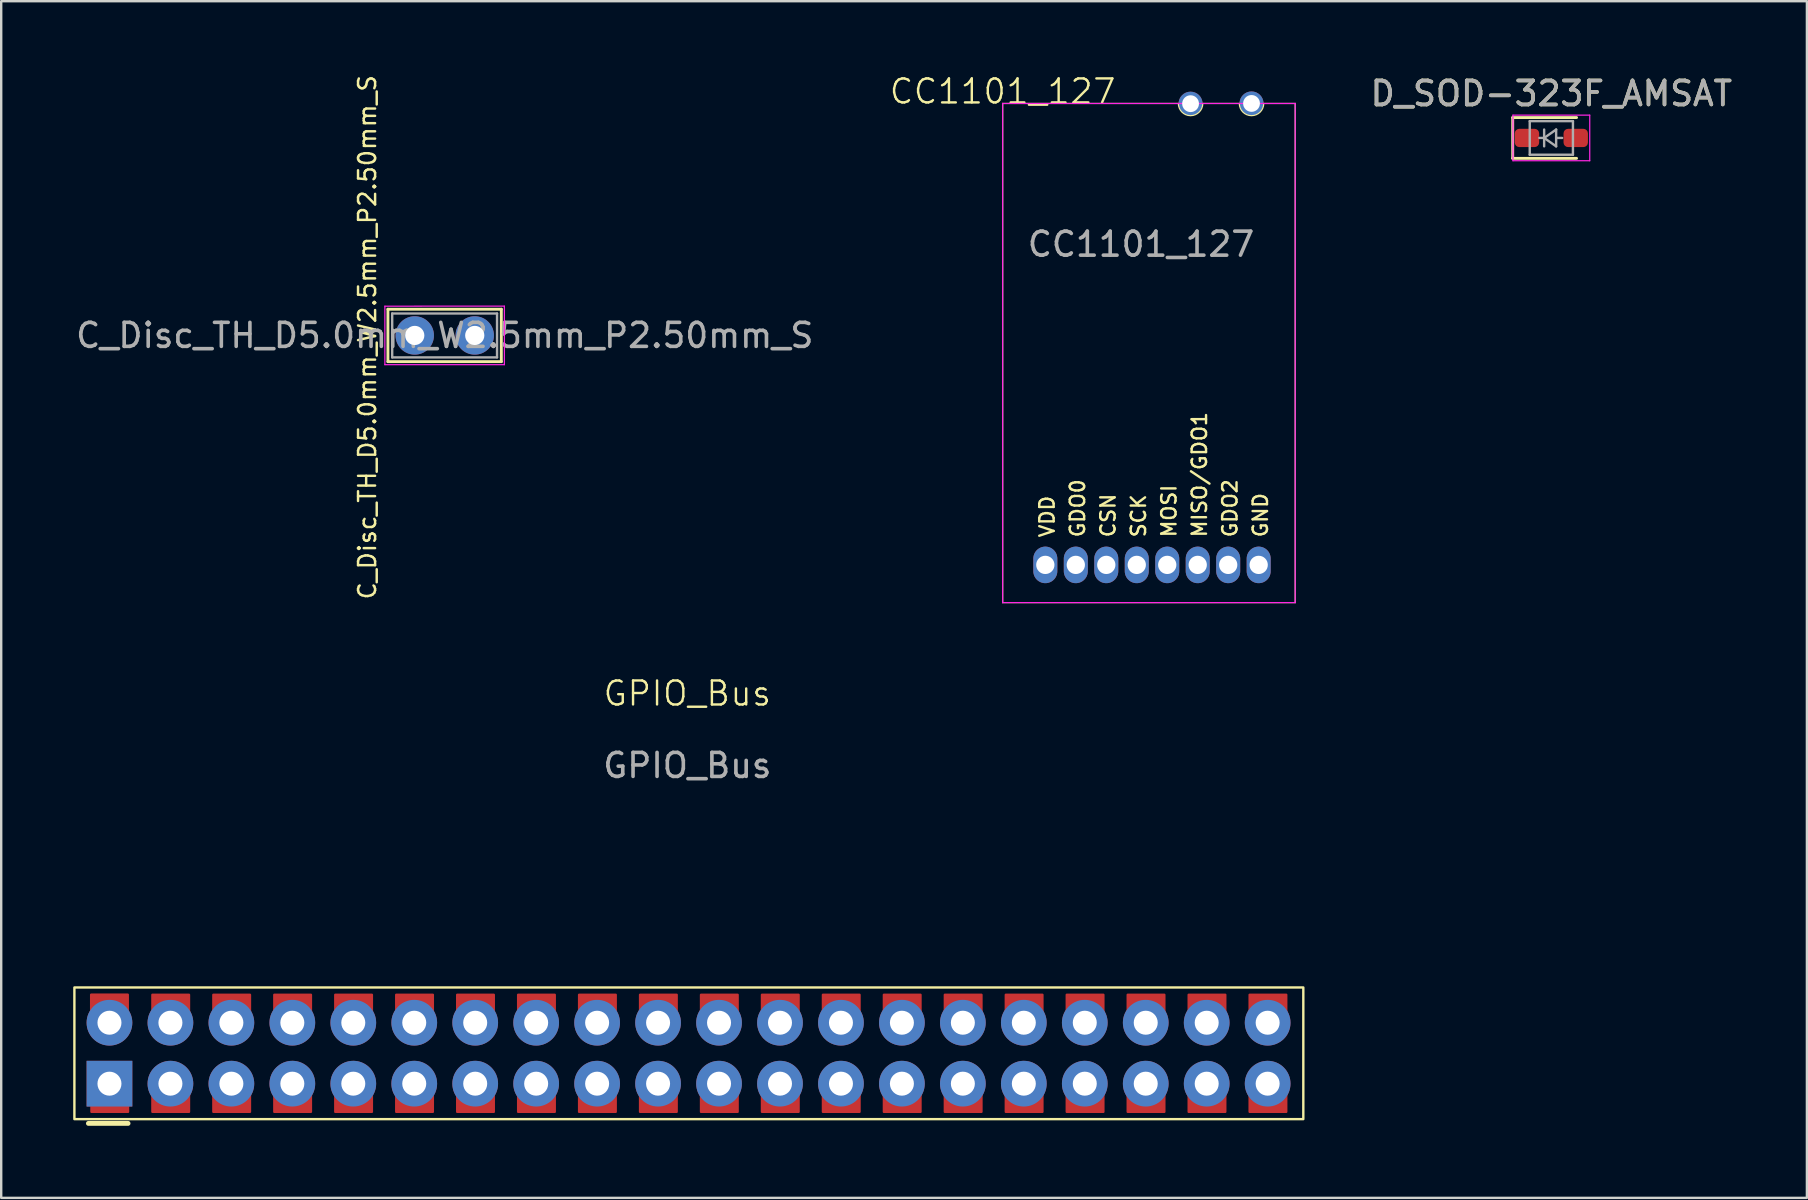
<source format=kicad_pcb>
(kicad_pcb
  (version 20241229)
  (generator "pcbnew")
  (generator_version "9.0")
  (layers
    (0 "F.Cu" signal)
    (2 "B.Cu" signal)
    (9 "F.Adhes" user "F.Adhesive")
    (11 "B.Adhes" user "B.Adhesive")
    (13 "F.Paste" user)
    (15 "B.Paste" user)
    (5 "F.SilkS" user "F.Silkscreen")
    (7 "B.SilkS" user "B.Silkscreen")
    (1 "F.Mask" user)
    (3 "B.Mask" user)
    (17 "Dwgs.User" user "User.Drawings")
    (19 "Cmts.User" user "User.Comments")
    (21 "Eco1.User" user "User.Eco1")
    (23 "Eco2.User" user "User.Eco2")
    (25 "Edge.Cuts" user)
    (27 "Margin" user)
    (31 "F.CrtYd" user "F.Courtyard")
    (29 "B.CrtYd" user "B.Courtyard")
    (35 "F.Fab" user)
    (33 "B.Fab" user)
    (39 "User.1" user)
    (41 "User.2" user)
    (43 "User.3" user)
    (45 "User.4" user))
  (footprint "CC1101_127"
    (layer "F.Cu")
    (at 38.729 1.26)
    (property "Reference" "CC1101_127" (at 0 -0.5 0) (unlocked yes) (layer "F.SilkS") (effects (font (size 1 1) (thickness 0.1))))
    (attr through_hole)
    (fp_line (start 0 0) (end 7.32 0) (stroke (width 0.05) (type default)) (layer "F.SilkS"))
    (fp_line (start 0 20.8) (end 0 0) (stroke (width 0.05) (type default)) (layer "F.SilkS"))
    (fp_line (start 8.34 0) (end 9.86 0) (stroke (width 0.05) (type default)) (layer "F.SilkS"))
    (fp_line (start 10.88 0) (end 12.19 0) (stroke (width 0.05) (type default)) (layer "F.SilkS"))
    (fp_line (start 12.19 0) (end 12.19 20.8) (stroke (width 0.05) (type default)) (layer "F.SilkS"))
    (fp_line (start 12.19 20.8) (end 0 20.8) (stroke (width 0.05) (type default)) (layer "F.SilkS"))
    (fp_arc (start 8.34 0) (mid 7.83 0.51) (end 7.32 0) (stroke (width 0.05) (type default)) (layer "F.SilkS"))
    (fp_arc (start 10.88 0) (mid 10.37 0.51) (end 9.86 0) (stroke (width 0.05) (type default)) (layer "F.SilkS"))
    (fp_line (start 0 0) (end 0 20.8) (stroke (width 0.05) (type default)) (layer "F.CrtYd"))
    (fp_line (start 0 0) (end 12.19 0) (stroke (width 0.05) (type default)) (layer "F.CrtYd"))
    (fp_line (start 0 20.8) (end 12.19 20.8) (stroke (width 0.05) (type default)) (layer "F.CrtYd"))
    (fp_line (start 12.19 0) (end 12.19 20.8) (stroke (width 0.05) (type default)) (layer "F.CrtYd"))
    (fp_text user "VDD" (at 2.203 18.136 90) (unlocked yes) (layer "F.SilkS") (effects (font (size 0.6 0.6) (thickness 0.1)) (justify left bottom)))
    (fp_text user "SCK" (at 6.013 18.136 90) (unlocked yes) (layer "F.SilkS") (effects (font (size 0.6 0.6) (thickness 0.1)) (justify left bottom)))
    (fp_text user "MOSI" (at 7.283 18.136 90) (unlocked yes) (layer "F.SilkS") (effects (font (size 0.6 0.6) (thickness 0.1)) (justify left bottom)))
    (fp_text user "GDO0" (at 3.473 18.136 90) (unlocked yes) (layer "F.SilkS") (effects (font (size 0.6 0.6) (thickness 0.1)) (justify left bottom)))
    (fp_text user "GND" (at 11.093 18.136 90) (unlocked yes) (layer "F.SilkS") (effects (font (size 0.6 0.6) (thickness 0.1)) (justify left bottom)))
    (fp_text user "MISO/GDO1" (at 8.553 18.136 90) (unlocked yes) (layer "F.SilkS") (effects (font (size 0.6 0.6) (thickness 0.1)) (justify left bottom)))
    (fp_text user "CSN" (at 4.743 18.136 90) (unlocked yes) (layer "F.SilkS") (effects (font (size 0.6 0.6) (thickness 0.1)) (justify left bottom)))
    (fp_text user "GDO2" (at 9.823 18.136 90) (unlocked yes) (layer "F.SilkS") (effects (font (size 0.6 0.6) (thickness 0.1)) (justify left bottom)))
    (fp_text user "${REFERENCE}" (at 5.766 5.867 0) (unlocked yes) (layer "F.Fab") (effects (font (size 1 1) (thickness 0.15))))
    (pad "1" thru_hole oval (at 1.778 19.228) (size 1 1.524) (drill 0.762) (layers "*.Cu" "*.Mask"))
    (pad "2" thru_hole oval (at 3.048 19.228) (size 1 1.524) (drill 0.762) (layers "*.Cu" "*.Mask"))
    (pad "3" thru_hole oval (at 4.318 19.228) (size 1 1.524) (drill 0.762) (layers "*.Cu" "*.Mask"))
    (pad "4" thru_hole oval (at 5.588 19.228) (size 1 1.524) (drill 0.762) (layers "*.Cu" "*.Mask"))
    (pad "5" thru_hole oval (at 6.858 19.228) (size 1 1.524) (drill 0.762) (layers "*.Cu" "*.Mask"))
    (pad "6" thru_hole oval (at 8.128 19.228) (size 1 1.524) (drill 0.762) (layers "*.Cu" "*.Mask"))
    (pad "7" thru_hole oval (at 9.398 19.228) (size 1 1.524) (drill 0.762) (layers "*.Cu" "*.Mask"))
    (pad "8" thru_hole oval (at 10.668 19.228) (size 1 1.524) (drill 0.762) (layers "*.Cu" "*.Mask"))
    (pad "10" thru_hole circle (at 7.83 0.01) (size 1 1) (drill 0.7) (layers "*.Cu" "*.Mask"))
    (pad "10" thru_hole circle (at 10.37 0) (size 1 1) (drill 0.7) (layers "*.Cu" "*.Mask")))
  (footprint "GPIO_Bus"
    (layer "F.Cu")
    (at 25.641 40.835)
    (property "Reference" "GPIO_Bus" (at -0.051 -14.989 0) (unlocked yes) (layer "F.SilkS") (effects (font (size 1 1) (thickness 0.1))))
    (attr through_hole)
    (fp_rect (start -24.892 -2.438) (end -23.368 -1.727) (stroke (width 0.1) (type solid)) (fill yes) (layer "F.Cu"))
    (fp_rect (start -23.356 2.443) (end -24.88 1.732) (stroke (width 0.1) (type solid)) (fill yes) (layer "F.Cu"))
    (fp_rect (start -22.34 -2.434) (end -20.816 -1.723) (stroke (width 0.1) (type solid)) (fill yes) (layer "F.Cu"))
    (fp_rect (start -20.816 2.443) (end -22.34 1.732) (stroke (width 0.1) (type solid)) (fill yes) (layer "F.Cu"))
    (fp_rect (start -19.8 -2.434) (end -18.276 -1.723) (stroke (width 0.1) (type solid)) (fill yes) (layer "F.Cu"))
    (fp_rect (start -18.276 2.443) (end -19.8 1.732) (stroke (width 0.1) (type solid)) (fill yes) (layer "F.Cu"))
    (fp_rect (start -17.26 -2.434) (end -15.736 -1.723) (stroke (width 0.1) (type solid)) (fill yes) (layer "F.Cu"))
    (fp_rect (start -15.736 2.443) (end -17.26 1.732) (stroke (width 0.1) (type solid)) (fill yes) (layer "F.Cu"))
    (fp_rect (start -14.72 -2.434) (end -13.196 -1.723) (stroke (width 0.1) (type solid)) (fill yes) (layer "F.Cu"))
    (fp_rect (start -13.196 2.443) (end -14.72 1.732) (stroke (width 0.1) (type solid)) (fill yes) (layer "F.Cu"))
    (fp_rect (start -12.18 -2.434) (end -10.656 -1.723) (stroke (width 0.1) (type solid)) (fill yes) (layer "F.Cu"))
    (fp_rect (start -10.656 2.443) (end -12.18 1.732) (stroke (width 0.1) (type solid)) (fill yes) (layer "F.Cu"))
    (fp_rect (start -9.64 -2.434) (end -8.116 -1.723) (stroke (width 0.1) (type solid)) (fill yes) (layer "F.Cu"))
    (fp_rect (start -8.116 2.443) (end -9.64 1.732) (stroke (width 0.1) (type solid)) (fill yes) (layer "F.Cu"))
    (fp_rect (start -7.1 -2.434) (end -5.576 -1.723) (stroke (width 0.1) (type solid)) (fill yes) (layer "F.Cu"))
    (fp_rect (start -5.576 2.443) (end -7.1 1.732) (stroke (width 0.1) (type solid)) (fill yes) (layer "F.Cu"))
    (fp_rect (start -4.56 -2.434) (end -3.036 -1.723) (stroke (width 0.1) (type solid)) (fill yes) (layer "F.Cu"))
    (fp_rect (start -3.036 2.443) (end -4.56 1.732) (stroke (width 0.1) (type solid)) (fill yes) (layer "F.Cu"))
    (fp_rect (start -2.02 -2.434) (end -0.496 -1.723) (stroke (width 0.1) (type solid)) (fill yes) (layer "F.Cu"))
    (fp_rect (start -0.496 2.443) (end -2.02 1.732) (stroke (width 0.1) (type solid)) (fill yes) (layer "F.Cu"))
    (fp_rect (start 0.52 -2.434) (end 2.044 -1.723) (stroke (width 0.1) (type solid)) (fill yes) (layer "F.Cu"))
    (fp_rect (start 2.044 2.443) (end 0.52 1.732) (stroke (width 0.1) (type solid)) (fill yes) (layer "F.Cu"))
    (fp_rect (start 3.06 -2.434) (end 4.584 -1.723) (stroke (width 0.1) (type solid)) (fill yes) (layer "F.Cu"))
    (fp_rect (start 4.584 2.443) (end 3.06 1.732) (stroke (width 0.1) (type solid)) (fill yes) (layer "F.Cu"))
    (fp_rect (start 5.6 -2.434) (end 7.124 -1.723) (stroke (width 0.1) (type solid)) (fill yes) (layer "F.Cu"))
    (fp_rect (start 7.124 2.443) (end 5.6 1.732) (stroke (width 0.1) (type solid)) (fill yes) (layer "F.Cu"))
    (fp_rect (start 8.14 -2.434) (end 9.664 -1.723) (stroke (width 0.1) (type solid)) (fill yes) (layer "F.Cu"))
    (fp_rect (start 9.664 2.443) (end 8.14 1.732) (stroke (width 0.1) (type solid)) (fill yes) (layer "F.Cu"))
    (fp_rect (start 10.68 -2.434) (end 12.204 -1.723) (stroke (width 0.1) (type solid)) (fill yes) (layer "F.Cu"))
    (fp_rect (start 12.204 2.443) (end 10.68 1.732) (stroke (width 0.1) (type solid)) (fill yes) (layer "F.Cu"))
    (fp_rect (start 13.22 -2.434) (end 14.744 -1.723) (stroke (width 0.1) (type solid)) (fill yes) (layer "F.Cu"))
    (fp_rect (start 14.744 2.443) (end 13.22 1.732) (stroke (width 0.1) (type solid)) (fill yes) (layer "F.Cu"))
    (fp_rect (start 15.76 -2.434) (end 17.284 -1.723) (stroke (width 0.1) (type solid)) (fill yes) (layer "F.Cu"))
    (fp_rect (start 17.284 2.443) (end 15.76 1.732) (stroke (width 0.1) (type solid)) (fill yes) (layer "F.Cu"))
    (fp_rect (start 18.3 -2.434) (end 19.824 -1.723) (stroke (width 0.1) (type solid)) (fill yes) (layer "F.Cu"))
    (fp_rect (start 19.824 2.443) (end 18.3 1.732) (stroke (width 0.1) (type solid)) (fill yes) (layer "F.Cu"))
    (fp_rect (start 20.84 -2.434) (end 22.364 -1.723) (stroke (width 0.1) (type solid)) (fill yes) (layer "F.Cu"))
    (fp_rect (start 22.364 2.443) (end 20.84 1.732) (stroke (width 0.1) (type solid)) (fill yes) (layer "F.Cu"))
    (fp_rect (start 23.38 -2.434) (end 24.904 -1.723) (stroke (width 0.1) (type solid)) (fill yes) (layer "F.Cu"))
    (fp_rect (start 24.904 2.443) (end 23.38 1.732) (stroke (width 0.1) (type solid)) (fill yes) (layer "F.Cu"))
    (fp_line (start -23.356 2.925) (end -25.007 2.925) (stroke (width 0.203) (type solid)) (layer "F.SilkS"))
    (fp_rect (start -25.591 -2.739) (end 25.616 2.748) (stroke (width 0.1) (type default)) (fill no) (layer "F.SilkS"))
    (fp_text user "${REFERENCE}" (at -0.051 -11.989 0) (unlocked yes) (layer "F.Fab") (effects (font (size 1 1) (thickness 0.15))))
    (pad "1" thru_hole rect (at -24.13 1.27 180) (size 1.905 1.905) (drill 1) (layers "*.Cu" "*.Mask"))
    (pad "2" thru_hole circle (at -24.13 -1.27) (size 1.905 1.905) (drill 1) (layers "*.Cu" "*.Mask"))
    (pad "3" thru_hole circle (at -21.59 1.27 180) (size 1.905 1.905) (drill 1) (layers "*.Cu" "*.Mask"))
    (pad "4" thru_hole circle (at -21.59 -1.27) (size 1.905 1.905) (drill 1) (layers "*.Cu" "*.Mask"))
    (pad "5" thru_hole circle (at -19.05 1.27 180) (size 1.905 1.905) (drill 1) (layers "*.Cu" "*.Mask"))
    (pad "6" thru_hole circle (at -19.05 -1.27) (size 1.905 1.905) (drill 1) (layers "*.Cu" "*.Mask"))
    (pad "7" thru_hole circle (at -16.51 1.27 180) (size 1.905 1.905) (drill 1) (layers "*.Cu" "*.Mask"))
    (pad "8" thru_hole circle (at -16.51 -1.27) (size 1.905 1.905) (drill 1) (layers "*.Cu" "*.Mask"))
    (pad "9" thru_hole circle (at -13.97 1.27 180) (size 1.905 1.905) (drill 1) (layers "*.Cu" "*.Mask"))
    (pad "10" thru_hole circle (at -13.97 -1.27) (size 1.905 1.905) (drill 1) (layers "*.Cu" "*.Mask"))
    (pad "11" thru_hole circle (at -11.43 1.27 180) (size 1.905 1.905) (drill 1) (layers "*.Cu" "*.Mask"))
    (pad "12" thru_hole circle (at -11.43 -1.27) (size 1.905 1.905) (drill 1) (layers "*.Cu" "*.Mask"))
    (pad "13" thru_hole circle (at -8.89 1.27 180) (size 1.905 1.905) (drill 1) (layers "*.Cu" "*.Mask"))
    (pad "14" thru_hole circle (at -8.89 -1.27) (size 1.905 1.905) (drill 1) (layers "*.Cu" "*.Mask"))
    (pad "15" thru_hole circle (at -6.35 1.27 180) (size 1.905 1.905) (drill 1) (layers "*.Cu" "*.Mask"))
    (pad "16" thru_hole circle (at -6.35 -1.27) (size 1.905 1.905) (drill 1) (layers "*.Cu" "*.Mask"))
    (pad "17" thru_hole circle (at -3.81 1.27 180) (size 1.905 1.905) (drill 1) (layers "*.Cu" "*.Mask"))
    (pad "18" thru_hole circle (at -3.81 -1.27) (size 1.905 1.905) (drill 1) (layers "*.Cu" "*.Mask"))
    (pad "19" thru_hole circle (at -1.27 1.27 180) (size 1.905 1.905) (drill 1) (layers "*.Cu" "F.Mask"))
    (pad "20" thru_hole circle (at -1.27 -1.27) (size 1.905 1.905) (drill 1) (layers "*.Cu" "*.Mask"))
    (pad "21" thru_hole circle (at 1.27 1.27 180) (size 1.905 1.905) (drill 1) (layers "*.Cu" "*.Mask"))
    (pad "22" thru_hole circle (at 1.27 -1.27) (size 1.905 1.905) (drill 1) (layers "*.Cu" "*.Mask"))
    (pad "23" thru_hole circle (at 3.81 1.27 180) (size 1.905 1.905) (drill 1) (layers "*.Cu" "*.Mask"))
    (pad "24" thru_hole circle (at 3.81 -1.27) (size 1.905 1.905) (drill 1) (layers "*.Cu" "*.Mask"))
    (pad "25" thru_hole circle (at 6.35 1.27 180) (size 1.905 1.905) (drill 1) (layers "*.Cu" "*.Mask"))
    (pad "26" thru_hole circle (at 6.35 -1.27) (size 1.905 1.905) (drill 1) (layers "*.Cu" "*.Mask"))
    (pad "27" thru_hole circle (at 8.89 1.27 180) (size 1.905 1.905) (drill 1) (layers "*.Cu" "*.Mask"))
    (pad "28" thru_hole circle (at 8.89 -1.27) (size 1.905 1.905) (drill 1) (layers "*.Cu" "*.Mask"))
    (pad "29" thru_hole circle (at 11.43 1.27 180) (size 1.905 1.905) (drill 1) (layers "*.Cu" "*.Mask"))
    (pad "30" thru_hole circle (at 11.43 -1.27) (size 1.905 1.905) (drill 1) (layers "*.Cu" "*.Mask"))
    (pad "31" thru_hole circle (at 13.97 1.27 180) (size 1.905 1.905) (drill 1) (layers "*.Cu" "*.Mask"))
    (pad "32" thru_hole circle (at 13.97 -1.27) (size 1.905 1.905) (drill 1) (layers "*.Cu" "*.Mask"))
    (pad "33" thru_hole circle (at 16.51 1.27 180) (size 1.905 1.905) (drill 1) (layers "*.Cu" "*.Mask"))
    (pad "34" thru_hole circle (at 16.51 -1.27) (size 1.905 1.905) (drill 1) (layers "*.Cu" "*.Mask"))
    (pad "35" thru_hole circle (at 19.05 1.27 180) (size 1.905 1.905) (drill 1) (layers "*.Cu" "*.Mask"))
    (pad "36" thru_hole circle (at 19.05 -1.27) (size 1.905 1.905) (drill 1) (layers "*.Cu" "*.Mask"))
    (pad "37" thru_hole circle (at 21.59 1.27 180) (size 1.905 1.905) (drill 1) (layers "*.Cu" "*.Mask"))
    (pad "38" thru_hole circle (at 21.59 -1.27) (size 1.905 1.905) (drill 1) (layers "*.Cu" "*.Mask"))
    (pad "39" thru_hole circle (at 24.13 1.27 180) (size 1.905 1.905) (drill 1) (layers "*.Cu" "*.Mask"))
    (pad "40" thru_hole circle (at 24.13 -1.27) (size 1.905 1.905) (drill 1) (layers "*.Cu" "*.Mask")))
  (footprint "C_Disc_TH_D5.0mm_W2.5mm_P2.50mm_S"
    (layer "F.Cu")
    (at 14.232 10.927)
    (property "Reference" "C_Disc_TH_D5.0mm_W2.5mm_P2.50mm_S" (at -1.976 0.076 90) (layer "F.SilkS") (effects (font (size 0.711 0.711) (thickness 0.102))))
    (attr through_hole)
    (fp_line (start -1.118 -1.092) (end -1.118 1.092) (stroke (width 0.12) (type solid)) (layer "F.SilkS"))
    (fp_line (start -1.118 -1.092) (end 3.607 -1.092) (stroke (width 0.12) (type solid)) (layer "F.SilkS"))
    (fp_line (start -1.118 1.092) (end 3.607 1.092) (stroke (width 0.12) (type solid)) (layer "F.SilkS"))
    (fp_line (start 3.607 -1.092) (end 3.607 1.092) (stroke (width 0.12) (type solid)) (layer "F.SilkS"))
    (fp_line (start -1.245 -1.219) (end -1.245 1.219) (stroke (width 0.05) (type solid)) (layer "F.CrtYd"))
    (fp_line (start -1.245 1.219) (end 3.734 1.219) (stroke (width 0.05) (type solid)) (layer "F.CrtYd"))
    (fp_line (start 3.734 -1.221) (end -1.245 -1.219) (stroke (width 0.05) (type solid)) (layer "F.CrtYd"))
    (fp_line (start 3.734 1.219) (end 3.734 -1.221) (stroke (width 0.05) (type solid)) (layer "F.CrtYd"))
    (fp_line (start -0.94 -0.914) (end -0.94 0.914) (stroke (width 0.1) (type solid)) (layer "F.Fab"))
    (fp_line (start -0.94 0.914) (end 3.429 0.914) (stroke (width 0.1) (type solid)) (layer "F.Fab"))
    (fp_line (start 3.429 -0.914) (end -0.94 -0.914) (stroke (width 0.1) (type solid)) (layer "F.Fab"))
    (fp_line (start 3.429 0.914) (end 3.429 -0.914) (stroke (width 0.1) (type solid)) (layer "F.Fab"))
    (fp_text user "${REFERENCE}" (at 1.25 0 0) (layer "F.Fab") (effects (font (size 1 1) (thickness 0.15))))
    (pad "1" thru_hole circle (at 0 0) (size 1.6 1.6) (drill 0.8) (layers "*.Cu" "*.Mask"))
    (pad "2" thru_hole circle (at 2.5 0) (size 1.6 1.6) (drill 0.8) (layers "*.Cu" "*.Mask")))
  (footprint "D_SOD-323F_AMSAT"
    (layer "F.Cu")
    (at 61.592 2.698)
    (property "Reference" "D_SOD-323F_AMSAT" (at 0 -1.85 0) (layer "F.SilkS") (effects (font (size 1 1) (thickness 0.15))))
    (attr smd)
    (fp_line (start -1.61 -0.85) (end -1.61 0.85) (stroke (width 0.12) (type solid)) (layer "F.SilkS"))
    (fp_line (start -1.61 -0.85) (end 1.05 -0.85) (stroke (width 0.12) (type solid)) (layer "F.SilkS"))
    (fp_line (start -1.61 0.85) (end 1.05 0.85) (stroke (width 0.12) (type solid)) (layer "F.SilkS"))
    (fp_line (start -1.6 -0.95) (end -1.6 0.95) (stroke (width 0.05) (type solid)) (layer "F.CrtYd"))
    (fp_line (start -1.6 -0.95) (end 1.6 -0.95) (stroke (width 0.05) (type solid)) (layer "F.CrtYd"))
    (fp_line (start -1.6 0.95) (end 1.6 0.95) (stroke (width 0.05) (type solid)) (layer "F.CrtYd"))
    (fp_line (start 1.6 -0.95) (end 1.6 0.95) (stroke (width 0.05) (type solid)) (layer "F.CrtYd"))
    (fp_line (start -0.9 -0.7) (end 0.9 -0.7) (stroke (width 0.1) (type solid)) (layer "F.Fab"))
    (fp_line (start -0.9 0.7) (end -0.9 -0.7) (stroke (width 0.1) (type solid)) (layer "F.Fab"))
    (fp_line (start -0.3 -0.35) (end -0.3 0.35) (stroke (width 0.1) (type solid)) (layer "F.Fab"))
    (fp_line (start -0.3 0) (end -0.5 0) (stroke (width 0.1) (type solid)) (layer "F.Fab"))
    (fp_line (start -0.3 0) (end 0.2 -0.35) (stroke (width 0.1) (type solid)) (layer "F.Fab"))
    (fp_line (start 0.2 -0.35) (end 0.2 0.35) (stroke (width 0.1) (type solid)) (layer "F.Fab"))
    (fp_line (start 0.2 0) (end 0.45 0) (stroke (width 0.1) (type solid)) (layer "F.Fab"))
    (fp_line (start 0.2 0.35) (end -0.3 0) (stroke (width 0.1) (type solid)) (layer "F.Fab"))
    (fp_line (start 0.9 -0.7) (end 0.9 0.7) (stroke (width 0.1) (type solid)) (layer "F.Fab"))
    (fp_line (start 0.9 0.7) (end -0.9 0.7) (stroke (width 0.1) (type solid)) (layer "F.Fab"))
    (fp_text user "${REFERENCE}" (at 0 -1.85 0) (layer "F.Fab") (effects (font (size 1 1) (thickness 0.15))))
    (pad "1" smd roundrect (at -1.016 0) (size 1.016 0.762) (layers "F.Cu" "F.Mask" "F.Paste") (roundrect_rratio 0.25))
    (pad "2" smd roundrect (at 1.016 0) (size 1.016 0.762) (layers "F.Cu" "F.Mask" "F.Paste") (roundrect_rratio 0.25)))
  (gr_rect
    (start -3 -3)
    (end 72.241 46.862)
    (stroke (width 0.1) (type default))
    (fill no)
    (layer "Edge.Cuts")))
</source>
